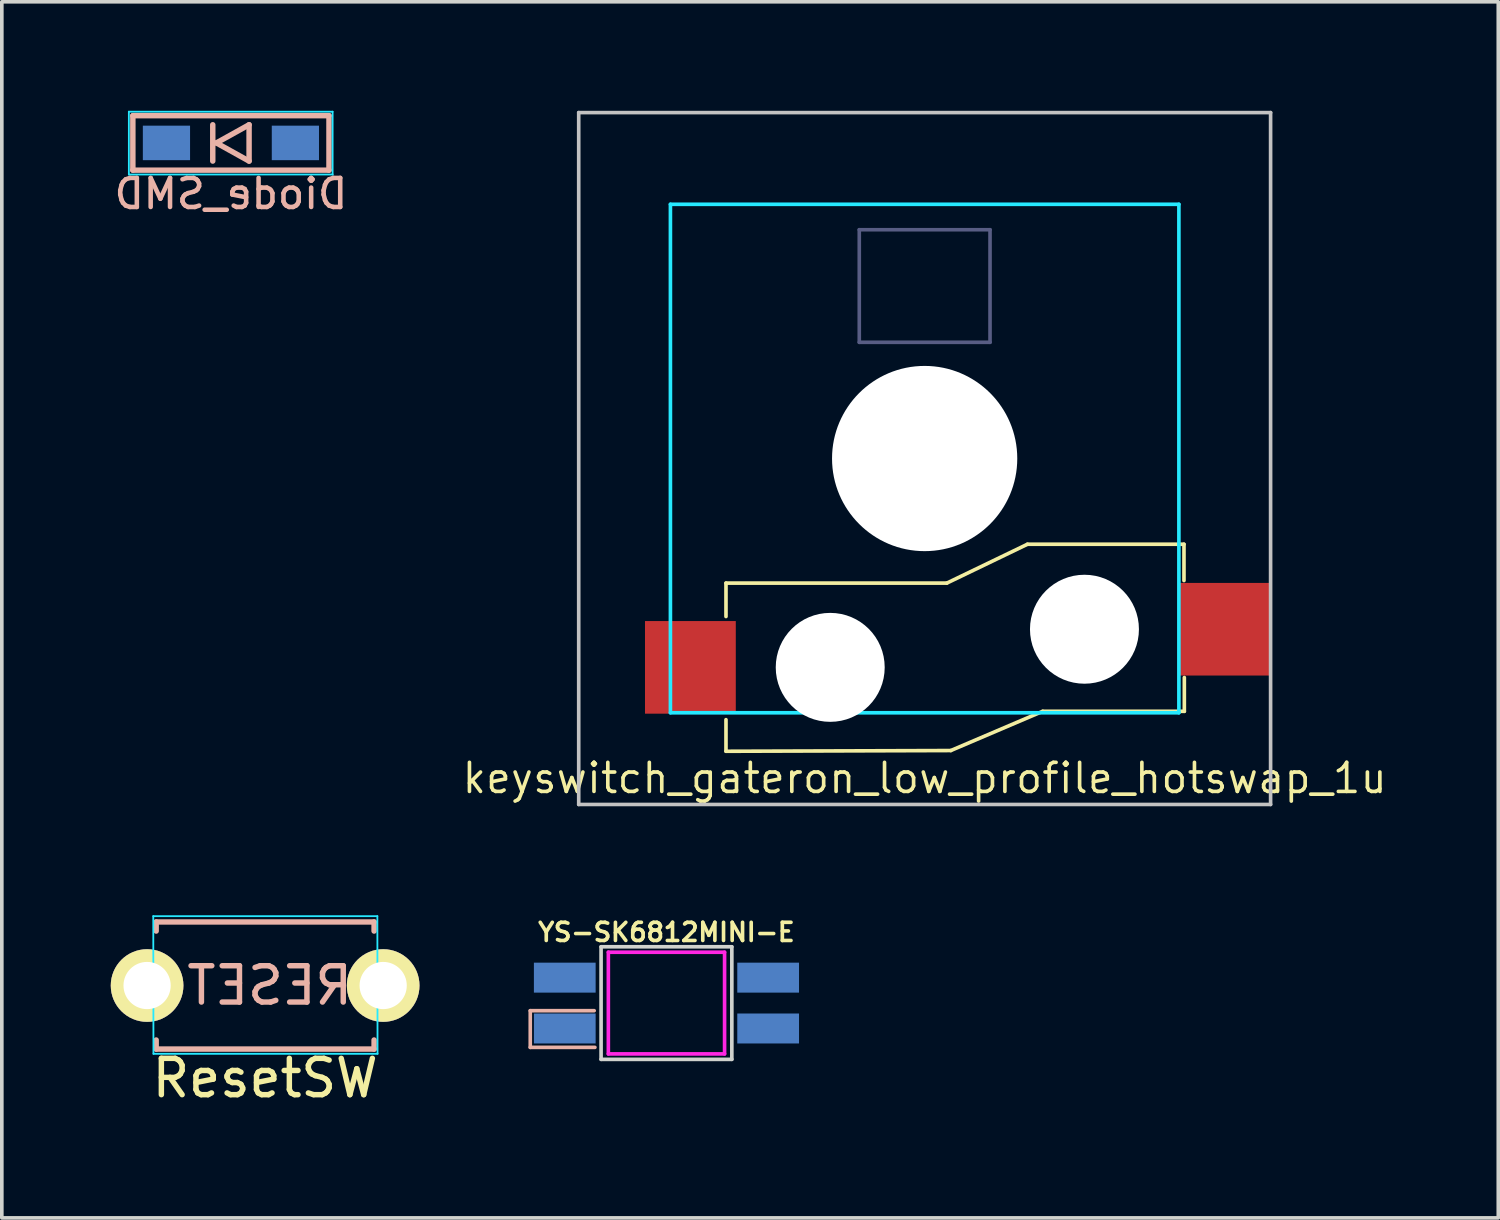
<source format=kicad_pcb>
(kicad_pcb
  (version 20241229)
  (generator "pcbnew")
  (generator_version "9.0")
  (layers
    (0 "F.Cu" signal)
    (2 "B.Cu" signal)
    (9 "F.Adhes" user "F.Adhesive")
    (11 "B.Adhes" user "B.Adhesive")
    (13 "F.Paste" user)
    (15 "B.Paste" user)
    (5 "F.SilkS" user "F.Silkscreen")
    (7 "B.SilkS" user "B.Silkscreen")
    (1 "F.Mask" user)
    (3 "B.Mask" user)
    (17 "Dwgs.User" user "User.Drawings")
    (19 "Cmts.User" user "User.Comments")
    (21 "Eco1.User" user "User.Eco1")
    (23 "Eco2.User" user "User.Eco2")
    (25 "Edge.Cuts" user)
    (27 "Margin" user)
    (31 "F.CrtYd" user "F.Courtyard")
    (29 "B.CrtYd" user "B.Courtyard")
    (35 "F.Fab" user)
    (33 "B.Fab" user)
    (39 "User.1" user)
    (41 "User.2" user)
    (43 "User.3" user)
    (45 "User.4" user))
  (footprint "YS-SK6812MINI-E"
    (layer "F.Cu")
    (at 15.3 24.568)
    (property "Reference" "YS-SK6812MINI-E" (at 0 -1.95 0) (layer "F.SilkS") (effects (font (size 0.5 0.5) (thickness 0.1))))
    (attr smd)
    (fp_line (start -3.75 0.21) (end -3.75 1.22) (stroke (width 0.1) (type default)) (layer "B.SilkS"))
    (fp_line (start -3.75 1.22) (end -1.97 1.22) (stroke (width 0.1) (type default)) (layer "B.SilkS"))
    (fp_line (start -1.99 0.21) (end -3.75 0.21) (stroke (width 0.1) (type default)) (layer "B.SilkS"))
    (fp_line (start -1.8 -1.55) (end -1.8 1.55) (stroke (width 0.1) (type solid)) (layer "Edge.Cuts"))
    (fp_line (start -1.8 1.55) (end 1.8 1.55) (stroke (width 0.1) (type solid)) (layer "Edge.Cuts"))
    (fp_line (start 1.8 -1.55) (end -1.8 -1.55) (stroke (width 0.1) (type solid)) (layer "Edge.Cuts"))
    (fp_line (start 1.8 1.55) (end 1.8 -1.55) (stroke (width 0.1) (type solid)) (layer "Edge.Cuts"))
    (fp_line (start -1.6 -1.4) (end -1.6 1.4) (stroke (width 0.1) (type solid)) (layer "F.CrtYd"))
    (fp_line (start -1.6 -1.4) (end 1.6 -1.4) (stroke (width 0.1) (type solid)) (layer "F.CrtYd"))
    (fp_line (start -1.6 1.4) (end 1.6 1.4) (stroke (width 0.1) (type solid)) (layer "F.CrtYd"))
    (fp_line (start 1.6 -1.4) (end 1.6 1.4) (stroke (width 0.1) (type solid)) (layer "F.CrtYd"))
    (pad "1" smd rect (at 2.8 -0.7) (size 1.7 0.825) (layers "B.Cu" "B.Mask" "B.Paste"))
    (pad "2" smd rect (at 2.8 0.7) (size 1.7 0.825) (layers "B.Cu" "B.Mask" "B.Paste"))
    (pad "3" smd rect (at -2.8 0.7) (size 1.7 0.825) (layers "B.Cu" "B.Mask" "B.Paste"))
    (pad "4" smd rect (at -2.8 -0.7) (size 1.7 0.825) (layers "B.Cu" "B.Mask" "B.Paste")))
  (footprint "keyswitch_gateron_low_profile_hotswap_1u"
    (layer "F.Cu")
    (at 22.409 9.575)
    (property "Reference" "keyswitch_gateron_low_profile_hotswap_1u" (at 0 8.8 0) (layer "F.SilkS") (effects (font (size 0.8 0.8) (thickness 0.1) (bold yes))))
    (attr smd)
    (fp_line (start -5.47 3.43) (end 0.61 3.43) (stroke (width 0.1) (type default)) (layer "F.SilkS"))
    (fp_line (start -5.47 4.35) (end -5.47 3.43) (stroke (width 0.1) (type default)) (layer "F.SilkS"))
    (fp_line (start -5.47 7.19) (end -5.47 8.06) (stroke (width 0.1) (type default)) (layer "F.SilkS"))
    (fp_line (start -5.47 8.06) (end 0.72 8.04) (stroke (width 0.1) (type default)) (layer "F.SilkS"))
    (fp_line (start 0.61 3.43) (end 2.83 2.36) (stroke (width 0.1) (type default)) (layer "F.SilkS"))
    (fp_line (start 0.72 8.04) (end 3.25 6.96) (stroke (width 0.1) (type default)) (layer "F.SilkS"))
    (fp_line (start 2.83 2.36) (end 7.14 2.36) (stroke (width 0.1) (type default)) (layer "F.SilkS"))
    (fp_line (start 3.25 6.96) (end 7.15 6.96) (stroke (width 0.1) (type default)) (layer "F.SilkS"))
    (fp_line (start 7.14 2.36) (end 7.14 3.36) (stroke (width 0.1) (type default)) (layer "F.SilkS"))
    (fp_line (start 7.15 6.96) (end 7.15 6.03) (stroke (width 0.1) (type default)) (layer "F.SilkS"))
    (fp_line (start -9.525 -9.525) (end -9.525 9.525) (stroke (width 0.1) (type solid)) (layer "Dwgs.User"))
    (fp_line (start -9.525 9.525) (end 9.525 9.525) (stroke (width 0.1) (type solid)) (layer "Dwgs.User"))
    (fp_line (start 9.525 -9.525) (end -9.525 -9.525) (stroke (width 0.1) (type solid)) (layer "Dwgs.User"))
    (fp_line (start 9.525 9.525) (end 9.525 -9.525) (stroke (width 0.1) (type solid)) (layer "Dwgs.User"))
    (fp_line (start -7 -7) (end -7 7) (stroke (width 0.1) (type solid)) (layer "B.CrtYd"))
    (fp_line (start -7 7) (end 7 7) (stroke (width 0.1) (type solid)) (layer "B.CrtYd"))
    (fp_line (start 7 -7) (end -7 -7) (stroke (width 0.1) (type solid)) (layer "B.CrtYd"))
    (fp_line (start 7 7) (end 7 -7) (stroke (width 0.1) (type solid)) (layer "B.CrtYd"))
    (fp_line (start -1.8 -6.3) (end 1.8 -6.3) (stroke (width 0.1) (type default)) (layer "B.Fab"))
    (fp_line (start -1.8 -3.2) (end -1.8 -6.3) (stroke (width 0.1) (type default)) (layer "B.Fab"))
    (fp_line (start -1.8 -3.2) (end 1.8 -3.2) (stroke (width 0.1) (type default)) (layer "B.Fab"))
    (fp_line (start 1.8 -3.2) (end 1.8 -6.3) (stroke (width 0.1) (type default)) (layer "B.Fab"))
    (pad "" np_thru_hole circle (at -2.6 5.75 90) (size 3 3) (drill 3) (layers "*.Cu" "*.Mask"))
    (pad "" np_thru_hole circle (at 0 0 90) (size 5.1 5.1) (drill 5.1) (layers "*.Cu" "*.Mask"))
    (pad "" np_thru_hole circle (at 4.4 4.7 90) (size 3 3) (drill 3) (layers "*.Cu" "*.Mask"))
    (pad "1" smd rect (at 8.25 4.7 180) (size 2.5 2.55) (layers "F.Cu" "F.Mask" "F.Paste"))
    (pad "2" smd rect (at -6.45 5.75 180) (size 2.5 2.55) (layers "F.Cu" "F.Mask" "F.Paste")))
  (footprint "ResetSW"
    (layer "F.Cu")
    (at 4.25 24.085)
    (property "Reference" "ResetSW" (at 0 2.55 0) (layer "F.SilkS") (effects (font (size 1 1) (thickness 0.15))))
    (attr through_hole)
    (fp_line (start -3 -1.75) (end 3 -1.75) (stroke (width 0.15) (type solid)) (layer "B.SilkS"))
    (fp_line (start -3 -1.5) (end -3 -1.75) (stroke (width 0.15) (type solid)) (layer "B.SilkS"))
    (fp_line (start -3 1.75) (end -3 1.5) (stroke (width 0.15) (type solid)) (layer "B.SilkS"))
    (fp_line (start 3 -1.75) (end 3 -1.5) (stroke (width 0.15) (type solid)) (layer "B.SilkS"))
    (fp_line (start 3 1.5) (end 3 1.75) (stroke (width 0.15) (type solid)) (layer "B.SilkS"))
    (fp_line (start 3 1.75) (end -3 1.75) (stroke (width 0.15) (type solid)) (layer "B.SilkS"))
    (fp_line (start -3.08 -1.91) (end -3.075 1.88) (stroke (width 0.05) (type default)) (layer "B.CrtYd"))
    (fp_line (start -3.08 -1.91) (end 3.09 -1.91) (stroke (width 0.05) (type default)) (layer "B.CrtYd"))
    (fp_line (start -3.075 1.88) (end 3.095 1.88) (stroke (width 0.05) (type default)) (layer "B.CrtYd"))
    (fp_line (start 3.09 -1.91) (end 3.095 1.88) (stroke (width 0.05) (type default)) (layer "B.CrtYd"))
    (fp_text user "RESET" (at 0.127 0 0) (layer "B.SilkS") (effects (font (size 1 1) (thickness 0.15)) (justify mirror)))
    (pad "1" thru_hole circle (at 3.25 0) (size 2 2) (drill 1.3) (layers "*.Cu" "*.Mask" "F.SilkS"))
    (pad "2" thru_hole circle (at -3.25 0) (size 2 2) (drill 1.3) (layers "*.Cu" "*.Mask" "F.SilkS")))
  (footprint "Diode_SMD"
    (layer "F.Cu")
    (at 3.308 0.885)
    (property "Reference" "Diode_SMD" (at 0 1.4 0) (layer "B.SilkS") (effects (font (size 0.8 0.8) (thickness 0.125)) (justify mirror)))
    (attr smd)
    (fp_line (start -2.7 -0.75) (end -2.7 0.75) (stroke (width 0.15) (type solid)) (layer "B.SilkS"))
    (fp_line (start -2.7 0.75) (end 2.7 0.75) (stroke (width 0.15) (type solid)) (layer "B.SilkS"))
    (fp_line (start -0.5 -0.5) (end -0.5 0.5) (stroke (width 0.15) (type solid)) (layer "B.SilkS"))
    (fp_line (start -0.4 0) (end 0.5 -0.5) (stroke (width 0.15) (type solid)) (layer "B.SilkS"))
    (fp_line (start 0.5 -0.5) (end 0.5 0.5) (stroke (width 0.15) (type solid)) (layer "B.SilkS"))
    (fp_line (start 0.5 0.5) (end -0.4 0) (stroke (width 0.15) (type solid)) (layer "B.SilkS"))
    (fp_line (start 2.7 -0.75) (end -2.7 -0.75) (stroke (width 0.15) (type solid)) (layer "B.SilkS"))
    (fp_line (start 2.7 0.75) (end 2.7 -0.75) (stroke (width 0.15) (type solid)) (layer "B.SilkS"))
    (fp_line (start -2.81 -0.86) (end 2.8 -0.86) (stroke (width 0.05) (type default)) (layer "B.CrtYd"))
    (fp_line (start -2.81 0.87) (end -2.81 -0.86) (stroke (width 0.05) (type default)) (layer "B.CrtYd"))
    (fp_line (start 2.8 -0.86) (end 2.8 0.87) (stroke (width 0.05) (type default)) (layer "B.CrtYd"))
    (fp_line (start 2.8 0.87) (end -2.81 0.87) (stroke (width 0.05) (type default)) (layer "B.CrtYd"))
    (pad "1" smd rect (at -1.775 0) (size 1.3 0.95) (layers "B.Cu" "B.Mask" "B.Paste"))
    (pad "2" smd rect (at 1.775 0) (size 1.3 0.95) (layers "B.Cu" "B.Mask" "B.Paste")))
  (gr_rect
    (start -3 -3)
    (end 38.203 30.483)
    (stroke (width 0.1) (type default))
    (fill no)
    (layer "Edge.Cuts")))
</source>
